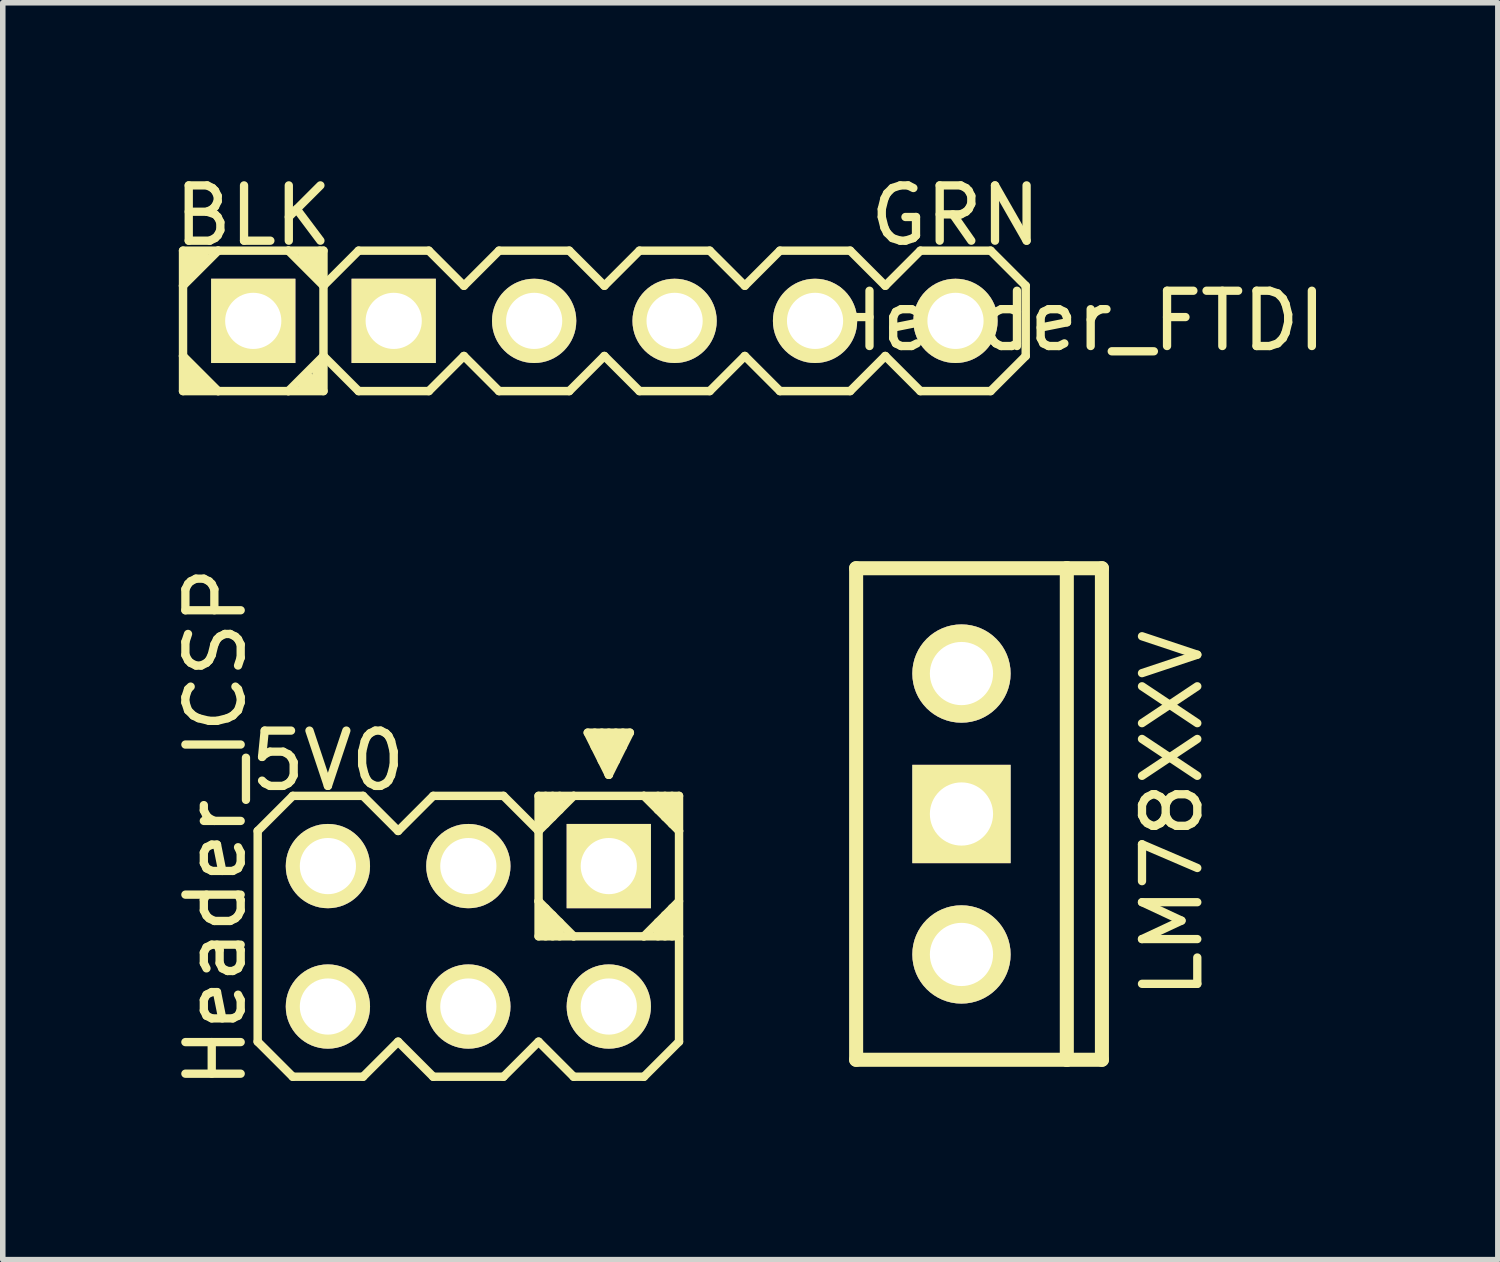
<source format=kicad_pcb>
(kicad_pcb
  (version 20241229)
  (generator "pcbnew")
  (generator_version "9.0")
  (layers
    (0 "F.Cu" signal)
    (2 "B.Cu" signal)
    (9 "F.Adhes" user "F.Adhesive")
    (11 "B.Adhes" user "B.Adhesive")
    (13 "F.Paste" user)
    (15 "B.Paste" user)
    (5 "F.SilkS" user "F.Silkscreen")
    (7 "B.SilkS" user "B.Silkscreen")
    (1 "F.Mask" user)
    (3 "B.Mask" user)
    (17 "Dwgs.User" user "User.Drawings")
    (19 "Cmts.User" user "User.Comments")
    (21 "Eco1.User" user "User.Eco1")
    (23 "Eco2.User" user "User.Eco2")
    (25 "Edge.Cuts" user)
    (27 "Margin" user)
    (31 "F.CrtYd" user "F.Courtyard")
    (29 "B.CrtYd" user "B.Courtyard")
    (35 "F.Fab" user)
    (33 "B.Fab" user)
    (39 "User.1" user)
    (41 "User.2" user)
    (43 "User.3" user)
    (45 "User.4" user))
  (footprint "Header_FTDI"
    (layer "F.Cu")
    (at 7.88 2.753)
    (property "Reference" "Header_FTDI" (at 8.509 0 0) (layer "F.SilkS") (effects (font (size 1 1) (thickness 0.15))))
    (attr smd)
    (fp_line (start -7.62 -1.27) (end -6.985 -1.27) (stroke (width 0.152) (type solid)) (layer "F.SilkS"))
    (fp_line (start -7.62 -0.635) (end -7.62 -1.27) (stroke (width 0.152) (type solid)) (layer "F.SilkS"))
    (fp_line (start -7.62 -0.635) (end -7.62 0.635) (stroke (width 0.152) (type solid)) (layer "F.SilkS"))
    (fp_line (start -7.62 0.635) (end -7.62 1.27) (stroke (width 0.152) (type solid)) (layer "F.SilkS"))
    (fp_line (start -7.62 0.635) (end -6.985 1.27) (stroke (width 0.152) (type solid)) (layer "F.SilkS"))
    (fp_line (start -7.62 1.27) (end -6.985 1.27) (stroke (width 0.152) (type solid)) (layer "F.SilkS"))
    (fp_line (start -7.493 -1.206) (end -7.493 -0.826) (stroke (width 0.152) (type solid)) (layer "F.SilkS"))
    (fp_line (start -7.493 1.206) (end -7.493 0.826) (stroke (width 0.152) (type solid)) (layer "F.SilkS"))
    (fp_line (start -7.366 -1.206) (end -7.366 -0.953) (stroke (width 0.152) (type solid)) (layer "F.SilkS"))
    (fp_line (start -7.366 1.206) (end -7.366 0.953) (stroke (width 0.152) (type solid)) (layer "F.SilkS"))
    (fp_line (start -7.239 -1.206) (end -7.239 -1.079) (stroke (width 0.152) (type solid)) (layer "F.SilkS"))
    (fp_line (start -7.239 1.206) (end -7.239 1.079) (stroke (width 0.152) (type solid)) (layer "F.SilkS"))
    (fp_line (start -6.985 -1.27) (end -7.62 -0.635) (stroke (width 0.152) (type solid)) (layer "F.SilkS"))
    (fp_line (start -6.985 1.27) (end -5.715 1.27) (stroke (width 0.152) (type solid)) (layer "F.SilkS"))
    (fp_line (start -5.715 -1.27) (end -6.985 -1.27) (stroke (width 0.152) (type solid)) (layer "F.SilkS"))
    (fp_line (start -5.715 -1.27) (end -5.144 -1.27) (stroke (width 0.152) (type solid)) (layer "F.SilkS"))
    (fp_line (start -5.715 1.27) (end -5.08 0.635) (stroke (width 0.152) (type solid)) (layer "F.SilkS"))
    (fp_line (start -5.461 -1.206) (end -5.461 -1.079) (stroke (width 0.152) (type solid)) (layer "F.SilkS"))
    (fp_line (start -5.461 1.206) (end -5.461 1.079) (stroke (width 0.152) (type solid)) (layer "F.SilkS"))
    (fp_line (start -5.334 -1.206) (end -5.334 -0.953) (stroke (width 0.152) (type solid)) (layer "F.SilkS"))
    (fp_line (start -5.334 1.206) (end -5.334 1.016) (stroke (width 0.152) (type solid)) (layer "F.SilkS"))
    (fp_line (start -5.207 -1.206) (end -5.207 -0.826) (stroke (width 0.152) (type solid)) (layer "F.SilkS"))
    (fp_line (start -5.207 1.206) (end -5.207 0.826) (stroke (width 0.152) (type solid)) (layer "F.SilkS"))
    (fp_line (start -5.144 -1.27) (end -5.08 -1.27) (stroke (width 0.152) (type solid)) (layer "F.SilkS"))
    (fp_line (start -5.08 -1.27) (end -5.08 -0.699) (stroke (width 0.152) (type solid)) (layer "F.SilkS"))
    (fp_line (start -5.08 -0.635) (end -5.715 -1.27) (stroke (width 0.152) (type solid)) (layer "F.SilkS"))
    (fp_line (start -5.08 -0.635) (end -5.08 0.635) (stroke (width 0.152) (type solid)) (layer "F.SilkS"))
    (fp_line (start -5.08 0.635) (end -5.08 1.27) (stroke (width 0.152) (type solid)) (layer "F.SilkS"))
    (fp_line (start -5.08 0.635) (end -4.445 1.27) (stroke (width 0.152) (type solid)) (layer "F.SilkS"))
    (fp_line (start -5.08 1.27) (end -5.715 1.27) (stroke (width 0.152) (type solid)) (layer "F.SilkS"))
    (fp_line (start -4.445 -1.27) (end -5.08 -0.635) (stroke (width 0.152) (type solid)) (layer "F.SilkS"))
    (fp_line (start -4.445 1.27) (end -3.175 1.27) (stroke (width 0.152) (type solid)) (layer "F.SilkS"))
    (fp_line (start -3.175 -1.27) (end -4.445 -1.27) (stroke (width 0.152) (type solid)) (layer "F.SilkS"))
    (fp_line (start -3.175 1.27) (end -2.54 0.635) (stroke (width 0.152) (type solid)) (layer "F.SilkS"))
    (fp_line (start -2.54 -0.635) (end -3.175 -1.27) (stroke (width 0.152) (type solid)) (layer "F.SilkS"))
    (fp_line (start -2.54 0.635) (end -1.905 1.27) (stroke (width 0.152) (type solid)) (layer "F.SilkS"))
    (fp_line (start -1.905 -1.27) (end -2.54 -0.635) (stroke (width 0.152) (type solid)) (layer "F.SilkS"))
    (fp_line (start -1.905 1.27) (end -0.635 1.27) (stroke (width 0.152) (type solid)) (layer "F.SilkS"))
    (fp_line (start -0.635 -1.27) (end -1.905 -1.27) (stroke (width 0.152) (type solid)) (layer "F.SilkS"))
    (fp_line (start -0.635 1.27) (end 0 0.635) (stroke (width 0.152) (type solid)) (layer "F.SilkS"))
    (fp_line (start 0 -0.635) (end -0.635 -1.27) (stroke (width 0.152) (type solid)) (layer "F.SilkS"))
    (fp_line (start 0 0.635) (end 0.635 1.27) (stroke (width 0.152) (type solid)) (layer "F.SilkS"))
    (fp_line (start 0.635 -1.27) (end 0 -0.635) (stroke (width 0.152) (type solid)) (layer "F.SilkS"))
    (fp_line (start 0.635 1.27) (end 1.905 1.27) (stroke (width 0.152) (type solid)) (layer "F.SilkS"))
    (fp_line (start 1.905 -1.27) (end 0.635 -1.27) (stroke (width 0.152) (type solid)) (layer "F.SilkS"))
    (fp_line (start 1.905 1.27) (end 2.54 0.635) (stroke (width 0.152) (type solid)) (layer "F.SilkS"))
    (fp_line (start 2.54 -0.635) (end 1.905 -1.27) (stroke (width 0.152) (type solid)) (layer "F.SilkS"))
    (fp_line (start 2.54 0.635) (end 3.175 1.27) (stroke (width 0.152) (type solid)) (layer "F.SilkS"))
    (fp_line (start 3.175 -1.27) (end 2.54 -0.635) (stroke (width 0.152) (type solid)) (layer "F.SilkS"))
    (fp_line (start 3.175 1.27) (end 4.445 1.27) (stroke (width 0.152) (type solid)) (layer "F.SilkS"))
    (fp_line (start 4.445 -1.27) (end 3.175 -1.27) (stroke (width 0.152) (type solid)) (layer "F.SilkS"))
    (fp_line (start 4.445 1.27) (end 5.08 0.635) (stroke (width 0.152) (type solid)) (layer "F.SilkS"))
    (fp_line (start 5.08 -0.635) (end 4.445 -1.27) (stroke (width 0.152) (type solid)) (layer "F.SilkS"))
    (fp_line (start 5.08 0.635) (end 5.715 1.27) (stroke (width 0.152) (type solid)) (layer "F.SilkS"))
    (fp_line (start 5.715 -1.27) (end 5.08 -0.635) (stroke (width 0.152) (type solid)) (layer "F.SilkS"))
    (fp_line (start 5.715 1.27) (end 6.985 1.27) (stroke (width 0.152) (type solid)) (layer "F.SilkS"))
    (fp_line (start 6.985 -1.27) (end 5.715 -1.27) (stroke (width 0.152) (type solid)) (layer "F.SilkS"))
    (fp_line (start 6.985 1.27) (end 7.62 0.635) (stroke (width 0.152) (type solid)) (layer "F.SilkS"))
    (fp_line (start 7.62 -0.635) (end 6.985 -1.27) (stroke (width 0.152) (type solid)) (layer "F.SilkS"))
    (fp_line (start 7.62 0.635) (end 7.62 -0.635) (stroke (width 0.152) (type solid)) (layer "F.SilkS"))
    (fp_text user "BLK" (at -6.35 -1.905 0) (layer "F.SilkS") (effects (font (size 1 1) (thickness 0.15))))
    (fp_text user "GRN" (at 6.35 -1.905 0) (layer "F.SilkS") (effects (font (size 1 1) (thickness 0.15))))
    (pad "1" thru_hole rect (at -6.35 0) (size 1.524 1.524) (drill 1.016) (layers "*.Cu" "*.Mask" "F.SilkS"))
    (pad "2" thru_hole rect (at -3.81 0) (size 1.524 1.524) (drill 1.016) (layers "*.Cu" "*.Mask" "F.SilkS"))
    (pad "3" thru_hole circle (at -1.27 0) (size 1.524 1.524) (drill 1.016) (layers "*.Cu" "*.Mask" "F.SilkS"))
    (pad "4" thru_hole circle (at 1.27 0) (size 1.524 1.524) (drill 1.016) (layers "*.Cu" "*.Mask" "F.SilkS"))
    (pad "5" thru_hole circle (at 3.81 0) (size 1.524 1.524) (drill 1.016) (layers "*.Cu" "*.Mask" "F.SilkS"))
    (pad "6" thru_hole circle (at 6.35 0) (size 1.524 1.524) (drill 1.016) (layers "*.Cu" "*.Mask" "F.SilkS")))
  (footprint "LM78XXV"
    (layer "F.Cu")
    (at 14.338 11.671)
    (property "Reference" "LM78XXV" (at 3.81 0 90) (layer "F.SilkS") (effects (font (size 1 1) (thickness 0.15))))
    (attr through_hole)
    (fp_line (start -1.905 -4.445) (end 1.905 -4.445) (stroke (width 0.254) (type solid)) (layer "F.SilkS"))
    (fp_line (start -1.905 4.445) (end -1.905 -4.445) (stroke (width 0.254) (type solid)) (layer "F.SilkS"))
    (fp_line (start 1.905 -4.445) (end 1.905 4.445) (stroke (width 0.254) (type solid)) (layer "F.SilkS"))
    (fp_line (start 1.905 -4.445) (end 2.54 -4.445) (stroke (width 0.254) (type solid)) (layer "F.SilkS"))
    (fp_line (start 1.905 4.445) (end -1.905 4.445) (stroke (width 0.254) (type solid)) (layer "F.SilkS"))
    (fp_line (start 2.54 -4.445) (end 2.54 4.445) (stroke (width 0.254) (type solid)) (layer "F.SilkS"))
    (fp_line (start 2.54 4.445) (end 1.905 4.445) (stroke (width 0.254) (type solid)) (layer "F.SilkS"))
    (pad "GND" thru_hole rect (at 0 0) (size 1.778 1.778) (drill 1.143) (layers "*.Cu" "*.Mask" "F.SilkS"))
    (pad "VI" thru_hole circle (at 0 -2.54) (size 1.778 1.778) (drill 1.143) (layers "*.Cu" "*.Mask" "F.SilkS"))
    (pad "VO" thru_hole circle (at 0 2.54) (size 1.778 1.778) (drill 1.143) (layers "*.Cu" "*.Mask" "F.SilkS")))
  (footprint "Header_ICSP"
    (layer "F.Cu")
    (at 5.42 13.883)
    (property "Reference" "Header_ICSP" (at -4.572 -1.968 90) (layer "F.SilkS") (effects (font (size 1 1) (thickness 0.15))))
    (attr smd)
    (fp_line (start -3.81 -1.905) (end -3.175 -2.54) (stroke (width 0.152) (type solid)) (layer "F.SilkS"))
    (fp_line (start -3.81 1.905) (end -3.81 -1.905) (stroke (width 0.152) (type solid)) (layer "F.SilkS"))
    (fp_line (start -3.175 -2.54) (end -1.905 -2.54) (stroke (width 0.152) (type solid)) (layer "F.SilkS"))
    (fp_line (start -3.175 2.54) (end -3.81 1.905) (stroke (width 0.152) (type solid)) (layer "F.SilkS"))
    (fp_line (start -1.905 -2.54) (end -1.27 -1.905) (stroke (width 0.152) (type solid)) (layer "F.SilkS"))
    (fp_line (start -1.905 2.54) (end -3.175 2.54) (stroke (width 0.152) (type solid)) (layer "F.SilkS"))
    (fp_line (start -1.27 -1.905) (end -0.635 -2.54) (stroke (width 0.152) (type solid)) (layer "F.SilkS"))
    (fp_line (start -1.27 1.905) (end -1.905 2.54) (stroke (width 0.152) (type solid)) (layer "F.SilkS"))
    (fp_line (start -0.635 -2.54) (end 0.635 -2.54) (stroke (width 0.152) (type solid)) (layer "F.SilkS"))
    (fp_line (start -0.635 2.54) (end -1.27 1.905) (stroke (width 0.152) (type solid)) (layer "F.SilkS"))
    (fp_line (start 0.635 -2.54) (end 1.27 -1.905) (stroke (width 0.152) (type solid)) (layer "F.SilkS"))
    (fp_line (start 0.635 2.54) (end -0.635 2.54) (stroke (width 0.152) (type solid)) (layer "F.SilkS"))
    (fp_line (start 1.27 -2.54) (end 1.905 -2.54) (stroke (width 0.152) (type solid)) (layer "F.SilkS"))
    (fp_line (start 1.27 -1.905) (end 1.27 -2.54) (stroke (width 0.152) (type solid)) (layer "F.SilkS"))
    (fp_line (start 1.27 -1.905) (end 1.905 -2.54) (stroke (width 0.152) (type solid)) (layer "F.SilkS"))
    (fp_line (start 1.27 -0.635) (end 1.27 -1.905) (stroke (width 0.152) (type solid)) (layer "F.SilkS"))
    (fp_line (start 1.27 -0.635) (end 1.905 0) (stroke (width 0.152) (type solid)) (layer "F.SilkS"))
    (fp_line (start 1.27 0) (end 1.27 -0.635) (stroke (width 0.152) (type solid)) (layer "F.SilkS"))
    (fp_line (start 1.27 0) (end 1.905 0) (stroke (width 0.152) (type solid)) (layer "F.SilkS"))
    (fp_line (start 1.27 1.905) (end 0.635 2.54) (stroke (width 0.152) (type solid)) (layer "F.SilkS"))
    (fp_line (start 1.397 -2.54) (end 1.397 -2.032) (stroke (width 0.152) (type solid)) (layer "F.SilkS"))
    (fp_line (start 1.397 0) (end 1.397 -0.508) (stroke (width 0.152) (type solid)) (layer "F.SilkS"))
    (fp_line (start 1.524 -2.54) (end 1.524 -2.159) (stroke (width 0.152) (type solid)) (layer "F.SilkS"))
    (fp_line (start 1.524 0) (end 1.524 -0.381) (stroke (width 0.152) (type solid)) (layer "F.SilkS"))
    (fp_line (start 1.651 -2.54) (end 1.651 -2.286) (stroke (width 0.152) (type solid)) (layer "F.SilkS"))
    (fp_line (start 1.651 0) (end 1.651 -0.254) (stroke (width 0.152) (type solid)) (layer "F.SilkS"))
    (fp_line (start 1.905 -2.54) (end 3.175 -2.54) (stroke (width 0.152) (type solid)) (layer "F.SilkS"))
    (fp_line (start 1.905 0) (end 3.175 0) (stroke (width 0.152) (type solid)) (layer "F.SilkS"))
    (fp_line (start 1.905 2.54) (end 1.27 1.905) (stroke (width 0.152) (type solid)) (layer "F.SilkS"))
    (fp_line (start 2.159 -3.683) (end 2.54 -2.921) (stroke (width 0.152) (type solid)) (layer "F.SilkS"))
    (fp_line (start 2.286 -3.683) (end 2.286 -3.429) (stroke (width 0.152) (type solid)) (layer "F.SilkS"))
    (fp_line (start 2.413 -3.683) (end 2.413 -3.175) (stroke (width 0.152) (type solid)) (layer "F.SilkS"))
    (fp_line (start 2.54 -2.921) (end 2.54 -3.683) (stroke (width 0.152) (type solid)) (layer "F.SilkS"))
    (fp_line (start 2.54 -2.921) (end 2.921 -3.683) (stroke (width 0.152) (type solid)) (layer "F.SilkS"))
    (fp_line (start 2.667 -3.683) (end 2.667 -3.175) (stroke (width 0.152) (type solid)) (layer "F.SilkS"))
    (fp_line (start 2.794 -3.683) (end 2.794 -3.429) (stroke (width 0.152) (type solid)) (layer "F.SilkS"))
    (fp_line (start 2.921 -3.683) (end 2.159 -3.683) (stroke (width 0.152) (type solid)) (layer "F.SilkS"))
    (fp_line (start 3.175 -2.54) (end 3.81 -2.54) (stroke (width 0.152) (type solid)) (layer "F.SilkS"))
    (fp_line (start 3.175 -2.54) (end 3.81 -1.905) (stroke (width 0.152) (type solid)) (layer "F.SilkS"))
    (fp_line (start 3.175 0) (end 3.81 -0.635) (stroke (width 0.152) (type solid)) (layer "F.SilkS"))
    (fp_line (start 3.175 0) (end 3.81 0) (stroke (width 0.152) (type solid)) (layer "F.SilkS"))
    (fp_line (start 3.175 2.54) (end 1.905 2.54) (stroke (width 0.152) (type solid)) (layer "F.SilkS"))
    (fp_line (start 3.429 -2.54) (end 3.429 -2.286) (stroke (width 0.152) (type solid)) (layer "F.SilkS"))
    (fp_line (start 3.429 0) (end 3.429 -0.254) (stroke (width 0.152) (type solid)) (layer "F.SilkS"))
    (fp_line (start 3.556 -2.54) (end 3.556 -2.159) (stroke (width 0.152) (type solid)) (layer "F.SilkS"))
    (fp_line (start 3.556 0) (end 3.556 -0.381) (stroke (width 0.152) (type solid)) (layer "F.SilkS"))
    (fp_line (start 3.683 -2.54) (end 3.683 -2.032) (stroke (width 0.152) (type solid)) (layer "F.SilkS"))
    (fp_line (start 3.683 0) (end 3.683 -0.508) (stroke (width 0.152) (type solid)) (layer "F.SilkS"))
    (fp_line (start 3.81 -2.54) (end 3.81 -1.905) (stroke (width 0.152) (type solid)) (layer "F.SilkS"))
    (fp_line (start 3.81 -1.905) (end 3.81 1.905) (stroke (width 0.152) (type solid)) (layer "F.SilkS"))
    (fp_line (start 3.81 1.905) (end 3.175 2.54) (stroke (width 0.152) (type solid)) (layer "F.SilkS"))
    (fp_text user "5V0" (at -2.54 -3.175 0) (layer "F.SilkS") (effects (font (size 1 1) (thickness 0.15))))
    (pad "1" thru_hole circle (at -2.54 1.27) (size 1.524 1.524) (drill 1.016) (layers "*.Cu" "*.Mask" "F.SilkS"))
    (pad "2" thru_hole circle (at -2.54 -1.27) (size 1.524 1.524) (drill 1.016) (layers "*.Cu" "*.Mask" "F.SilkS"))
    (pad "3" thru_hole circle (at 0 1.27) (size 1.524 1.524) (drill 1.016) (layers "*.Cu" "*.Mask" "F.SilkS"))
    (pad "4" thru_hole circle (at 0 -1.27) (size 1.524 1.524) (drill 1.016) (layers "*.Cu" "*.Mask" "F.SilkS"))
    (pad "5" thru_hole circle (at 2.54 1.27) (size 1.524 1.524) (drill 1.016) (layers "*.Cu" "*.Mask" "F.SilkS"))
    (pad "6" thru_hole rect (at 2.54 -1.27) (size 1.524 1.524) (drill 1.016) (layers "*.Cu" "*.Mask" "F.SilkS")))
  (gr_rect
    (start -3 -3)
    (end 24.038 19.73)
    (stroke (width 0.1) (type default))
    (fill no)
    (layer "Edge.Cuts")))
</source>
